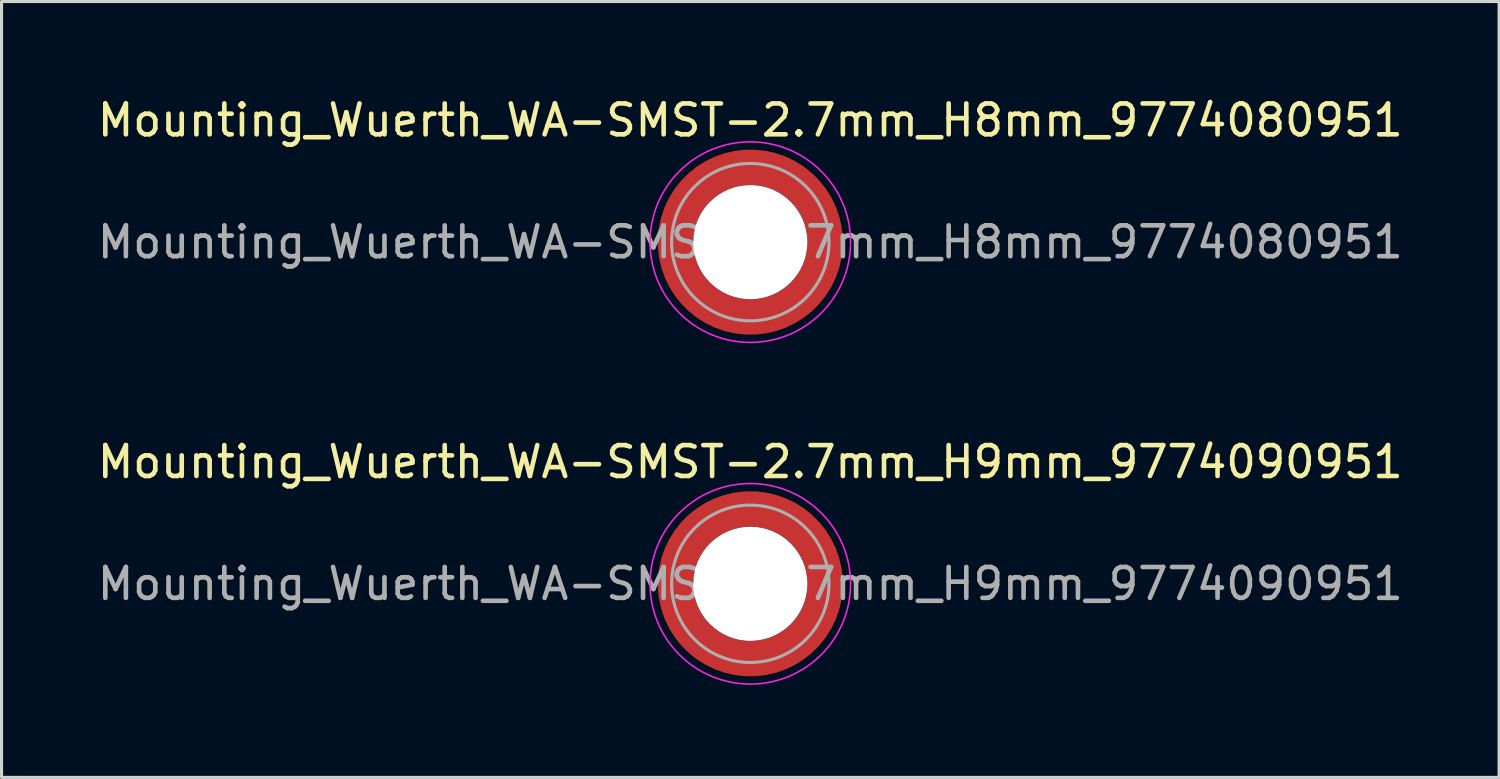
<source format=kicad_pcb>
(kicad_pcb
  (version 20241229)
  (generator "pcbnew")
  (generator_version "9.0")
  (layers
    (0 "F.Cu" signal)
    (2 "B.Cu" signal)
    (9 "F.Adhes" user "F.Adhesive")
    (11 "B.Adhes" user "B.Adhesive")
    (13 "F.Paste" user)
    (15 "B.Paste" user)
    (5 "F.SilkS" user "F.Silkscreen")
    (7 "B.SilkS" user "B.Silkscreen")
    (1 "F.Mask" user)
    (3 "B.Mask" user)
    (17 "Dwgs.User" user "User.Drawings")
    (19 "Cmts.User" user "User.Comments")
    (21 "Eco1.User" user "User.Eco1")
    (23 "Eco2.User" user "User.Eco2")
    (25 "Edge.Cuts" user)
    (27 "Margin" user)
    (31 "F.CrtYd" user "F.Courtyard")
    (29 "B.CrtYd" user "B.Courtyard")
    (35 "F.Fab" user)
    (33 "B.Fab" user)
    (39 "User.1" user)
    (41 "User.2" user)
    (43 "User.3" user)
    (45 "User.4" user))
  (footprint "Mounting_Wuerth_WA-SMST-2.7mm_H9mm_9774090951"
    (layer "F.Cu")
    (at 21.268 15.871)
    (property "Reference" "Mounting_Wuerth_WA-SMST-2.7mm_H9mm_9774090951" (at 0 -3.95 0) (layer "F.SilkS") (effects (font (size 1 1) (thickness 0.15))))
    (attr smd allow_soldermask_bridges)
    (fp_circle (center 0 0) (end 3.25 0) (stroke (width 0.05) (type solid)) (fill no) (layer "F.CrtYd"))
    (fp_circle (center 0 0) (end 2.55 0) (stroke (width 0.1) (type solid)) (fill no) (layer "F.Fab"))
    (fp_text user "${REFERENCE}" (at 0 0 0) (layer "F.Fab") (effects (font (size 1 1) (thickness 0.15))))
    (pad "" smd custom (at -1.704 -1.704) (size 0.51 0.51) (layers "F.Paste") (options (anchor circle)) (primitives (gr_arc (start -0.250195 1.279127) (mid 0.289914 0.289914) (end 1.279127 -0.250195) (width 0.2)) (gr_arc (start -0.34334 1.279127) (mid 0.225488 0.225488) (end 1.279127 -0.34334) (width 0.2)) (gr_arc (start -0.436309 1.279127) (mid 0.161063 0.161063) (end 1.279127 -0.436309) (width 0.2)) (gr_arc (start -0.529126 1.279127) (mid 0.096638 0.096638) (end 1.279127 -0.529126) (width 0.2)) (gr_arc (start -0.621807 1.279127) (mid 0.032213 0.032213) (end 1.279127 -0.621807) (width 0.2)) (gr_arc (start -0.71437 1.279127) (mid -0.032213 -0.032213) (end 1.279127 -0.71437) (width 0.2)) (gr_arc (start -0.806826 1.279127) (mid -0.096638 -0.096638) (end 1.279127 -0.806826) (width 0.2)) (gr_arc (start -0.899187 1.279127) (mid -0.161063 -0.161063) (end 1.279127 -0.899187) (width 0.2)) (gr_arc (start -0.991463 1.279127) (mid -0.225488 -0.225488) (end 1.279127 -0.991463) (width 0.2)) (gr_arc (start -1.083663 1.279127) (mid -0.289914 -0.289914) (end 1.279127 -1.083663) (width 0.2)) (gr_line (start 1.279 -0.25) (end 1.279 -1.084) (width 0.2)) (gr_line (start -0.25 1.279) (end -1.084 1.279) (width 0.2))))
    (pad "" smd custom (at -1.704 1.704) (size 0.51 0.51) (layers "F.Paste") (options (anchor circle)) (primitives (gr_arc (start 1.279127 0.250195) (mid 0.289914 -0.289914) (end -0.250195 -1.279127) (width 0.2)) (gr_arc (start 1.279127 0.34334) (mid 0.225488 -0.225488) (end -0.34334 -1.279127) (width 0.2)) (gr_arc (start 1.279127 0.436309) (mid 0.161063 -0.161063) (end -0.436309 -1.279127) (width 0.2)) (gr_arc (start 1.279127 0.529126) (mid 0.096638 -0.096638) (end -0.529126 -1.279127) (width 0.2)) (gr_arc (start 1.279127 0.621807) (mid 0.032213 -0.032213) (end -0.621807 -1.279127) (width 0.2)) (gr_arc (start 1.279127 0.71437) (mid -0.032213 0.032213) (end -0.71437 -1.279127) (width 0.2)) (gr_arc (start 1.279127 0.806826) (mid -0.096638 0.096638) (end -0.806826 -1.279127) (width 0.2)) (gr_arc (start 1.279127 0.899187) (mid -0.161063 0.161063) (end -0.899187 -1.279127) (width 0.2)) (gr_arc (start 1.279127 0.991463) (mid -0.225488 0.225488) (end -0.991463 -1.279127) (width 0.2)) (gr_arc (start 1.279127 1.083663) (mid -0.289914 0.289914) (end -1.083663 -1.279127) (width 0.2)) (gr_line (start -0.25 -1.279) (end -1.084 -1.279) (width 0.2)) (gr_line (start 1.279 0.25) (end 1.279 1.084) (width 0.2))))
    (pad "" np_thru_hole circle (at 0 0) (size 3.7 3.7) (drill 3.7) (layers "*.Cu" "*.Mask"))
    (pad "" smd custom (at 1.704 -1.704) (size 0.51 0.51) (layers "F.Paste") (options (anchor circle)) (primitives (gr_arc (start -1.279127 -0.250195) (mid -0.289914 0.289914) (end 0.250195 1.279127) (width 0.2)) (gr_arc (start -1.279127 -0.34334) (mid -0.225488 0.225488) (end 0.34334 1.279127) (width 0.2)) (gr_arc (start -1.279127 -0.436309) (mid -0.161063 0.161063) (end 0.436309 1.279127) (width 0.2)) (gr_arc (start -1.279127 -0.529126) (mid -0.096638 0.096638) (end 0.529126 1.279127) (width 0.2)) (gr_arc (start -1.279127 -0.621807) (mid -0.032213 0.032213) (end 0.621807 1.279127) (width 0.2)) (gr_arc (start -1.279127 -0.71437) (mid 0.032213 -0.032213) (end 0.71437 1.279127) (width 0.2)) (gr_arc (start -1.279127 -0.806826) (mid 0.096638 -0.096638) (end 0.806826 1.279127) (width 0.2)) (gr_arc (start -1.279127 -0.899187) (mid 0.161063 -0.161063) (end 0.899187 1.279127) (width 0.2)) (gr_arc (start -1.279127 -0.991463) (mid 0.225488 -0.225488) (end 0.991463 1.279127) (width 0.2)) (gr_arc (start -1.279127 -1.083663) (mid 0.289914 -0.289914) (end 1.083663 1.279127) (width 0.2)) (gr_line (start 0.25 1.279) (end 1.084 1.279) (width 0.2)) (gr_line (start -1.279 -0.25) (end -1.279 -1.084) (width 0.2))))
    (pad "" smd custom (at 1.704 1.704) (size 0.51 0.51) (layers "F.Paste") (options (anchor circle)) (primitives (gr_arc (start 0.250195 -1.279127) (mid -0.289914 -0.289914) (end -1.279127 0.250195) (width 0.2)) (gr_arc (start 0.34334 -1.279127) (mid -0.225488 -0.225488) (end -1.279127 0.34334) (width 0.2)) (gr_arc (start 0.436309 -1.279127) (mid -0.161063 -0.161063) (end -1.279127 0.436309) (width 0.2)) (gr_arc (start 0.529126 -1.279127) (mid -0.096638 -0.096638) (end -1.279127 0.529126) (width 0.2)) (gr_arc (start 0.621807 -1.279127) (mid -0.032213 -0.032213) (end -1.279127 0.621807) (width 0.2)) (gr_arc (start 0.71437 -1.279127) (mid 0.032213 0.032213) (end -1.279127 0.71437) (width 0.2)) (gr_arc (start 0.806826 -1.279127) (mid 0.096638 0.096638) (end -1.279127 0.806826) (width 0.2)) (gr_arc (start 0.899187 -1.279127) (mid 0.161063 0.161063) (end -1.279127 0.899187) (width 0.2)) (gr_arc (start 0.991463 -1.279127) (mid 0.225488 0.225488) (end -1.279127 0.991463) (width 0.2)) (gr_arc (start 1.083663 -1.279127) (mid 0.289914 0.289914) (end -1.279127 1.083663) (width 0.2)) (gr_line (start -1.279 0.25) (end -1.279 1.084) (width 0.2)) (gr_line (start 0.25 -1.279) (end 1.084 -1.279) (width 0.2))))
    (pad "1" smd circle (at -2.425 0) (size 0.642 0.642) (layers "F.Cu"))
    (pad "1" smd circle (at 0 -2.425) (size 0.642 0.642) (layers "F.Cu"))
    (pad "1" smd circle (at 0 2.425) (size 0.642 0.642) (layers "F.Cu"))
    (pad "1" smd custom (at 2.425 0) (size 1.15 1.15) (layers "F.Cu" "F.Mask") (options (anchor circle)) (primitives (gr_circle (center -2.425 0) (end 0 0) (width 1.15) (fill no)))))
  (footprint "Mounting_Wuerth_WA-SMST-2.7mm_H8mm_9774080951"
    (layer "F.Cu")
    (at 21.268 4.798)
    (property "Reference" "Mounting_Wuerth_WA-SMST-2.7mm_H8mm_9774080951" (at 0 -3.95 0) (layer "F.SilkS") (effects (font (size 1 1) (thickness 0.15))))
    (attr smd allow_soldermask_bridges)
    (fp_circle (center 0 0) (end 3.25 0) (stroke (width 0.05) (type solid)) (fill no) (layer "F.CrtYd"))
    (fp_circle (center 0 0) (end 2.55 0) (stroke (width 0.1) (type solid)) (fill no) (layer "F.Fab"))
    (fp_text user "${REFERENCE}" (at 0 0 0) (layer "F.Fab") (effects (font (size 1 1) (thickness 0.15))))
    (pad "" smd custom (at -1.704 -1.704) (size 0.51 0.51) (layers "F.Paste") (options (anchor circle)) (primitives (gr_arc (start -0.250195 1.279127) (mid 0.289914 0.289914) (end 1.279127 -0.250195) (width 0.2)) (gr_arc (start -0.34334 1.279127) (mid 0.225488 0.225488) (end 1.279127 -0.34334) (width 0.2)) (gr_arc (start -0.436309 1.279127) (mid 0.161063 0.161063) (end 1.279127 -0.436309) (width 0.2)) (gr_arc (start -0.529126 1.279127) (mid 0.096638 0.096638) (end 1.279127 -0.529126) (width 0.2)) (gr_arc (start -0.621807 1.279127) (mid 0.032213 0.032213) (end 1.279127 -0.621807) (width 0.2)) (gr_arc (start -0.71437 1.279127) (mid -0.032213 -0.032213) (end 1.279127 -0.71437) (width 0.2)) (gr_arc (start -0.806826 1.279127) (mid -0.096638 -0.096638) (end 1.279127 -0.806826) (width 0.2)) (gr_arc (start -0.899187 1.279127) (mid -0.161063 -0.161063) (end 1.279127 -0.899187) (width 0.2)) (gr_arc (start -0.991463 1.279127) (mid -0.225488 -0.225488) (end 1.279127 -0.991463) (width 0.2)) (gr_arc (start -1.083663 1.279127) (mid -0.289914 -0.289914) (end 1.279127 -1.083663) (width 0.2)) (gr_line (start 1.279 -0.25) (end 1.279 -1.084) (width 0.2)) (gr_line (start -0.25 1.279) (end -1.084 1.279) (width 0.2))))
    (pad "" smd custom (at -1.704 1.704) (size 0.51 0.51) (layers "F.Paste") (options (anchor circle)) (primitives (gr_arc (start 1.279127 0.250195) (mid 0.289914 -0.289914) (end -0.250195 -1.279127) (width 0.2)) (gr_arc (start 1.279127 0.34334) (mid 0.225488 -0.225488) (end -0.34334 -1.279127) (width 0.2)) (gr_arc (start 1.279127 0.436309) (mid 0.161063 -0.161063) (end -0.436309 -1.279127) (width 0.2)) (gr_arc (start 1.279127 0.529126) (mid 0.096638 -0.096638) (end -0.529126 -1.279127) (width 0.2)) (gr_arc (start 1.279127 0.621807) (mid 0.032213 -0.032213) (end -0.621807 -1.279127) (width 0.2)) (gr_arc (start 1.279127 0.71437) (mid -0.032213 0.032213) (end -0.71437 -1.279127) (width 0.2)) (gr_arc (start 1.279127 0.806826) (mid -0.096638 0.096638) (end -0.806826 -1.279127) (width 0.2)) (gr_arc (start 1.279127 0.899187) (mid -0.161063 0.161063) (end -0.899187 -1.279127) (width 0.2)) (gr_arc (start 1.279127 0.991463) (mid -0.225488 0.225488) (end -0.991463 -1.279127) (width 0.2)) (gr_arc (start 1.279127 1.083663) (mid -0.289914 0.289914) (end -1.083663 -1.279127) (width 0.2)) (gr_line (start -0.25 -1.279) (end -1.084 -1.279) (width 0.2)) (gr_line (start 1.279 0.25) (end 1.279 1.084) (width 0.2))))
    (pad "" np_thru_hole circle (at 0 0) (size 3.7 3.7) (drill 3.7) (layers "*.Cu" "*.Mask"))
    (pad "" smd custom (at 1.704 -1.704) (size 0.51 0.51) (layers "F.Paste") (options (anchor circle)) (primitives (gr_arc (start -1.279127 -0.250195) (mid -0.289914 0.289914) (end 0.250195 1.279127) (width 0.2)) (gr_arc (start -1.279127 -0.34334) (mid -0.225488 0.225488) (end 0.34334 1.279127) (width 0.2)) (gr_arc (start -1.279127 -0.436309) (mid -0.161063 0.161063) (end 0.436309 1.279127) (width 0.2)) (gr_arc (start -1.279127 -0.529126) (mid -0.096638 0.096638) (end 0.529126 1.279127) (width 0.2)) (gr_arc (start -1.279127 -0.621807) (mid -0.032213 0.032213) (end 0.621807 1.279127) (width 0.2)) (gr_arc (start -1.279127 -0.71437) (mid 0.032213 -0.032213) (end 0.71437 1.279127) (width 0.2)) (gr_arc (start -1.279127 -0.806826) (mid 0.096638 -0.096638) (end 0.806826 1.279127) (width 0.2)) (gr_arc (start -1.279127 -0.899187) (mid 0.161063 -0.161063) (end 0.899187 1.279127) (width 0.2)) (gr_arc (start -1.279127 -0.991463) (mid 0.225488 -0.225488) (end 0.991463 1.279127) (width 0.2)) (gr_arc (start -1.279127 -1.083663) (mid 0.289914 -0.289914) (end 1.083663 1.279127) (width 0.2)) (gr_line (start 0.25 1.279) (end 1.084 1.279) (width 0.2)) (gr_line (start -1.279 -0.25) (end -1.279 -1.084) (width 0.2))))
    (pad "" smd custom (at 1.704 1.704) (size 0.51 0.51) (layers "F.Paste") (options (anchor circle)) (primitives (gr_arc (start 0.250195 -1.279127) (mid -0.289914 -0.289914) (end -1.279127 0.250195) (width 0.2)) (gr_arc (start 0.34334 -1.279127) (mid -0.225488 -0.225488) (end -1.279127 0.34334) (width 0.2)) (gr_arc (start 0.436309 -1.279127) (mid -0.161063 -0.161063) (end -1.279127 0.436309) (width 0.2)) (gr_arc (start 0.529126 -1.279127) (mid -0.096638 -0.096638) (end -1.279127 0.529126) (width 0.2)) (gr_arc (start 0.621807 -1.279127) (mid -0.032213 -0.032213) (end -1.279127 0.621807) (width 0.2)) (gr_arc (start 0.71437 -1.279127) (mid 0.032213 0.032213) (end -1.279127 0.71437) (width 0.2)) (gr_arc (start 0.806826 -1.279127) (mid 0.096638 0.096638) (end -1.279127 0.806826) (width 0.2)) (gr_arc (start 0.899187 -1.279127) (mid 0.161063 0.161063) (end -1.279127 0.899187) (width 0.2)) (gr_arc (start 0.991463 -1.279127) (mid 0.225488 0.225488) (end -1.279127 0.991463) (width 0.2)) (gr_arc (start 1.083663 -1.279127) (mid 0.289914 0.289914) (end -1.279127 1.083663) (width 0.2)) (gr_line (start -1.279 0.25) (end -1.279 1.084) (width 0.2)) (gr_line (start 0.25 -1.279) (end 1.084 -1.279) (width 0.2))))
    (pad "1" smd circle (at -2.425 0) (size 0.642 0.642) (layers "F.Cu"))
    (pad "1" smd circle (at 0 -2.425) (size 0.642 0.642) (layers "F.Cu"))
    (pad "1" smd circle (at 0 2.425) (size 0.642 0.642) (layers "F.Cu"))
    (pad "1" smd custom (at 2.425 0) (size 1.15 1.15) (layers "F.Cu" "F.Mask") (options (anchor circle)) (primitives (gr_circle (center -2.425 0) (end 0 0) (width 1.15) (fill no)))))
  (gr_rect
    (start -3 -3)
    (end 45.536 22.146)
    (stroke (width 0.1) (type default))
    (fill no)
    (layer "Edge.Cuts")))
</source>
